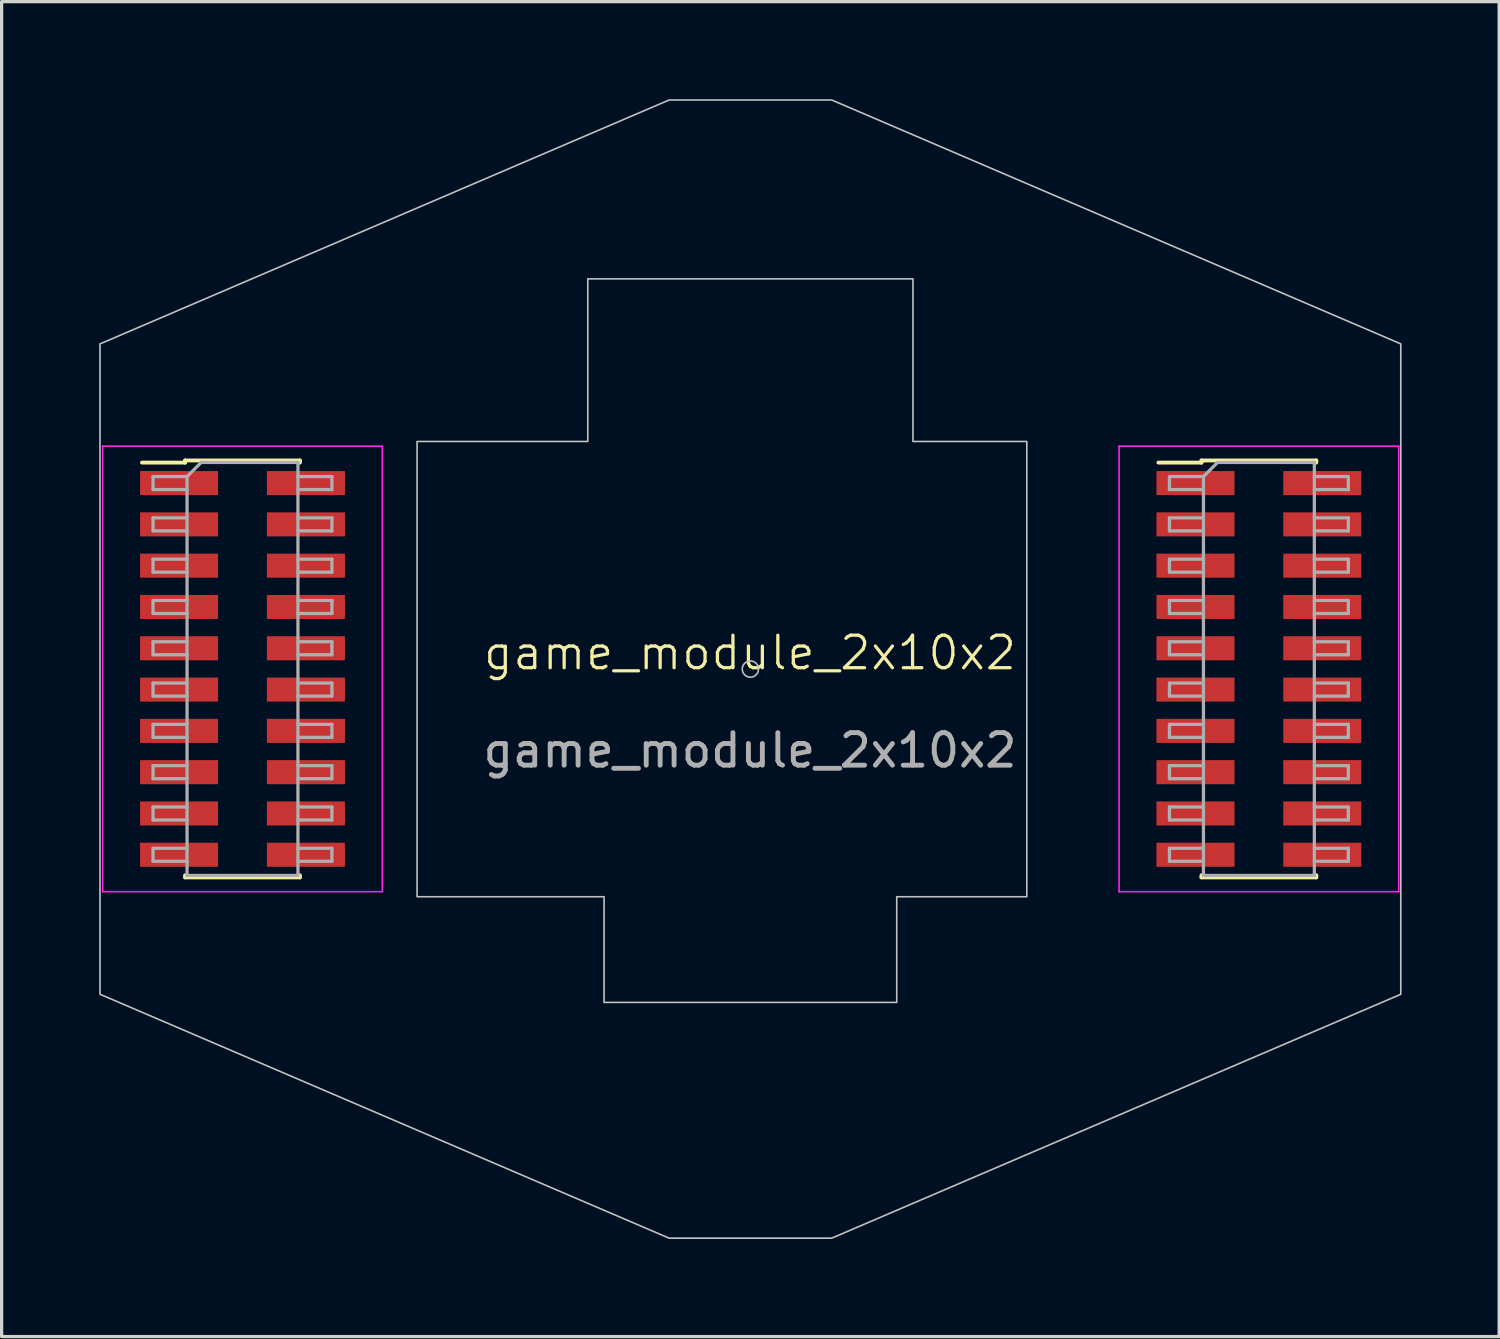
<source format=kicad_pcb>
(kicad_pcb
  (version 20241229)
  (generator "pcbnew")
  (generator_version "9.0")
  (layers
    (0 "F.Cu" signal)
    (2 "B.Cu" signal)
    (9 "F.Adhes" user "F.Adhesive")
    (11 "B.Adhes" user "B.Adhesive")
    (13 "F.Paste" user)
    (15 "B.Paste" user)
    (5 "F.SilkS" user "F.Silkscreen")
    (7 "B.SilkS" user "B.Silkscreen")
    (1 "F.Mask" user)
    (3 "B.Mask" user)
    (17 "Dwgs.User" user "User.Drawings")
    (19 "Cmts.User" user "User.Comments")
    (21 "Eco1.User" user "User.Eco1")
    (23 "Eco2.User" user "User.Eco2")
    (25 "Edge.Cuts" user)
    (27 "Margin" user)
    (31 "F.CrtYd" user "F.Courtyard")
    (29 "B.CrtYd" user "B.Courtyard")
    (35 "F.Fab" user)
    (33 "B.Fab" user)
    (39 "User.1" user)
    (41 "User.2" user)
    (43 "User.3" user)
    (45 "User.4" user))
  (footprint "game_module_2x10x2"
    (layer "F.Cu")
    (at 20.012 17.525)
    (property "Reference" "game_module_2x10x2" (at 0 -0.5 0) (unlocked yes) (layer "F.SilkS") (effects (font (size 1 1) (thickness 0.1))))
    (attr smd)
    (fp_line (start -18.695 -6.35) (end -17.37 -6.35) (stroke (width 0.12) (type solid)) (layer "F.SilkS"))
    (fp_line (start -17.37 -6.415) (end -17.37 -6.35) (stroke (width 0.12) (type solid)) (layer "F.SilkS"))
    (fp_line (start -17.37 -6.415) (end -13.84 -6.415) (stroke (width 0.12) (type solid)) (layer "F.SilkS"))
    (fp_line (start -17.37 6.34) (end -17.37 6.405) (stroke (width 0.12) (type solid)) (layer "F.SilkS"))
    (fp_line (start -17.37 6.405) (end -13.84 6.405) (stroke (width 0.12) (type solid)) (layer "F.SilkS"))
    (fp_line (start -13.84 -6.415) (end -13.84 -6.35) (stroke (width 0.12) (type solid)) (layer "F.SilkS"))
    (fp_line (start -13.84 6.34) (end -13.84 6.405) (stroke (width 0.12) (type solid)) (layer "F.SilkS"))
    (fp_line (start 12.56 -6.35) (end 13.885 -6.35) (stroke (width 0.12) (type solid)) (layer "F.SilkS"))
    (fp_line (start 13.885 -6.415) (end 13.885 -6.35) (stroke (width 0.12) (type solid)) (layer "F.SilkS"))
    (fp_line (start 13.885 -6.415) (end 17.415 -6.415) (stroke (width 0.12) (type solid)) (layer "F.SilkS"))
    (fp_line (start 13.885 6.34) (end 13.885 6.405) (stroke (width 0.12) (type solid)) (layer "F.SilkS"))
    (fp_line (start 13.885 6.405) (end 17.415 6.405) (stroke (width 0.12) (type solid)) (layer "F.SilkS"))
    (fp_line (start 17.415 -6.415) (end 17.415 -6.35) (stroke (width 0.12) (type solid)) (layer "F.SilkS"))
    (fp_line (start 17.415 6.34) (end 17.415 6.405) (stroke (width 0.12) (type solid)) (layer "F.SilkS"))
    (fp_circle (center 0.013 0) (end 0.263 0) (stroke (width 0.05) (type default)) (fill no) (layer "Dwgs.User"))
    (fp_poly (pts (xy -2.487 17.5) (xy 2.513 17.5) (xy 20.013 10) (xy 20.013 -10) (xy 2.513 -17.5) (xy -2.487 -17.5) (xy -19.987 -10) (xy -19.987 10)) (stroke (width 0.05) (type solid)) (fill no) (layer "Dwgs.User"))
    (fp_poly (pts (xy -4.987 -12) (xy 5.013 -12) (xy 5.013 -7) (xy 8.513 -7) (xy 8.513 7) (xy 4.513 7) (xy 4.513 10.25) (xy -4.487 10.25) (xy -4.487 7) (xy -10.237 7) (xy -10.237 -7) (xy -4.987 -7)) (stroke (width 0.05) (type solid)) (fill no) (layer "Dwgs.User"))
    (fp_line (start -19.905 -6.855) (end -19.905 6.845) (stroke (width 0.05) (type solid)) (layer "F.CrtYd"))
    (fp_line (start -19.905 6.845) (end -11.305 6.845) (stroke (width 0.05) (type solid)) (layer "F.CrtYd"))
    (fp_line (start -11.305 -6.855) (end -19.905 -6.855) (stroke (width 0.05) (type solid)) (layer "F.CrtYd"))
    (fp_line (start -11.305 6.845) (end -11.305 -6.855) (stroke (width 0.05) (type solid)) (layer "F.CrtYd"))
    (fp_line (start 11.35 -6.855) (end 11.35 6.845) (stroke (width 0.05) (type solid)) (layer "F.CrtYd"))
    (fp_line (start 11.35 6.845) (end 19.95 6.845) (stroke (width 0.05) (type solid)) (layer "F.CrtYd"))
    (fp_line (start 19.95 -6.855) (end 11.35 -6.855) (stroke (width 0.05) (type solid)) (layer "F.CrtYd"))
    (fp_line (start 19.95 6.845) (end 19.95 -6.855) (stroke (width 0.05) (type solid)) (layer "F.CrtYd"))
    (fp_line (start -18.355 -5.92) (end -18.355 -5.52) (stroke (width 0.1) (type solid)) (layer "F.Fab"))
    (fp_line (start -18.355 -5.52) (end -17.31 -5.52) (stroke (width 0.1) (type solid)) (layer "F.Fab"))
    (fp_line (start -18.355 -4.65) (end -18.355 -4.25) (stroke (width 0.1) (type solid)) (layer "F.Fab"))
    (fp_line (start -18.355 -4.25) (end -17.31 -4.25) (stroke (width 0.1) (type solid)) (layer "F.Fab"))
    (fp_line (start -18.355 -3.38) (end -18.355 -2.98) (stroke (width 0.1) (type solid)) (layer "F.Fab"))
    (fp_line (start -18.355 -2.98) (end -17.31 -2.98) (stroke (width 0.1) (type solid)) (layer "F.Fab"))
    (fp_line (start -18.355 -2.11) (end -18.355 -1.71) (stroke (width 0.1) (type solid)) (layer "F.Fab"))
    (fp_line (start -18.355 -1.71) (end -17.31 -1.71) (stroke (width 0.1) (type solid)) (layer "F.Fab"))
    (fp_line (start -18.355 -0.84) (end -18.355 -0.44) (stroke (width 0.1) (type solid)) (layer "F.Fab"))
    (fp_line (start -18.355 -0.44) (end -17.31 -0.44) (stroke (width 0.1) (type solid)) (layer "F.Fab"))
    (fp_line (start -18.355 0.43) (end -18.355 0.83) (stroke (width 0.1) (type solid)) (layer "F.Fab"))
    (fp_line (start -18.355 0.83) (end -17.31 0.83) (stroke (width 0.1) (type solid)) (layer "F.Fab"))
    (fp_line (start -18.355 1.7) (end -18.355 2.1) (stroke (width 0.1) (type solid)) (layer "F.Fab"))
    (fp_line (start -18.355 2.1) (end -17.31 2.1) (stroke (width 0.1) (type solid)) (layer "F.Fab"))
    (fp_line (start -18.355 2.97) (end -18.355 3.37) (stroke (width 0.1) (type solid)) (layer "F.Fab"))
    (fp_line (start -18.355 3.37) (end -17.31 3.37) (stroke (width 0.1) (type solid)) (layer "F.Fab"))
    (fp_line (start -18.355 4.24) (end -18.355 4.64) (stroke (width 0.1) (type solid)) (layer "F.Fab"))
    (fp_line (start -18.355 4.64) (end -17.31 4.64) (stroke (width 0.1) (type solid)) (layer "F.Fab"))
    (fp_line (start -18.355 5.51) (end -18.355 5.91) (stroke (width 0.1) (type solid)) (layer "F.Fab"))
    (fp_line (start -18.355 5.91) (end -17.31 5.91) (stroke (width 0.1) (type solid)) (layer "F.Fab"))
    (fp_line (start -17.31 -5.92) (end -18.355 -5.92) (stroke (width 0.1) (type solid)) (layer "F.Fab"))
    (fp_line (start -17.31 -5.92) (end -16.875 -6.355) (stroke (width 0.1) (type solid)) (layer "F.Fab"))
    (fp_line (start -17.31 -4.65) (end -18.355 -4.65) (stroke (width 0.1) (type solid)) (layer "F.Fab"))
    (fp_line (start -17.31 -3.38) (end -18.355 -3.38) (stroke (width 0.1) (type solid)) (layer "F.Fab"))
    (fp_line (start -17.31 -2.11) (end -18.355 -2.11) (stroke (width 0.1) (type solid)) (layer "F.Fab"))
    (fp_line (start -17.31 -0.84) (end -18.355 -0.84) (stroke (width 0.1) (type solid)) (layer "F.Fab"))
    (fp_line (start -17.31 0.43) (end -18.355 0.43) (stroke (width 0.1) (type solid)) (layer "F.Fab"))
    (fp_line (start -17.31 1.7) (end -18.355 1.7) (stroke (width 0.1) (type solid)) (layer "F.Fab"))
    (fp_line (start -17.31 2.97) (end -18.355 2.97) (stroke (width 0.1) (type solid)) (layer "F.Fab"))
    (fp_line (start -17.31 4.24) (end -18.355 4.24) (stroke (width 0.1) (type solid)) (layer "F.Fab"))
    (fp_line (start -17.31 5.51) (end -18.355 5.51) (stroke (width 0.1) (type solid)) (layer "F.Fab"))
    (fp_line (start -17.31 6.345) (end -17.31 -5.92) (stroke (width 0.1) (type solid)) (layer "F.Fab"))
    (fp_line (start -16.875 -6.355) (end -13.9 -6.355) (stroke (width 0.1) (type solid)) (layer "F.Fab"))
    (fp_line (start -13.9 -6.355) (end -13.9 6.345) (stroke (width 0.1) (type solid)) (layer "F.Fab"))
    (fp_line (start -13.9 -5.92) (end -12.855 -5.92) (stroke (width 0.1) (type solid)) (layer "F.Fab"))
    (fp_line (start -13.9 -4.65) (end -12.855 -4.65) (stroke (width 0.1) (type solid)) (layer "F.Fab"))
    (fp_line (start -13.9 -3.38) (end -12.855 -3.38) (stroke (width 0.1) (type solid)) (layer "F.Fab"))
    (fp_line (start -13.9 -2.11) (end -12.855 -2.11) (stroke (width 0.1) (type solid)) (layer "F.Fab"))
    (fp_line (start -13.9 -0.84) (end -12.855 -0.84) (stroke (width 0.1) (type solid)) (layer "F.Fab"))
    (fp_line (start -13.9 0.43) (end -12.855 0.43) (stroke (width 0.1) (type solid)) (layer "F.Fab"))
    (fp_line (start -13.9 1.7) (end -12.855 1.7) (stroke (width 0.1) (type solid)) (layer "F.Fab"))
    (fp_line (start -13.9 2.97) (end -12.855 2.97) (stroke (width 0.1) (type solid)) (layer "F.Fab"))
    (fp_line (start -13.9 4.24) (end -12.855 4.24) (stroke (width 0.1) (type solid)) (layer "F.Fab"))
    (fp_line (start -13.9 5.51) (end -12.855 5.51) (stroke (width 0.1) (type solid)) (layer "F.Fab"))
    (fp_line (start -13.9 6.345) (end -17.31 6.345) (stroke (width 0.1) (type solid)) (layer "F.Fab"))
    (fp_line (start -12.855 -5.92) (end -12.855 -5.52) (stroke (width 0.1) (type solid)) (layer "F.Fab"))
    (fp_line (start -12.855 -5.52) (end -13.9 -5.52) (stroke (width 0.1) (type solid)) (layer "F.Fab"))
    (fp_line (start -12.855 -4.65) (end -12.855 -4.25) (stroke (width 0.1) (type solid)) (layer "F.Fab"))
    (fp_line (start -12.855 -4.25) (end -13.9 -4.25) (stroke (width 0.1) (type solid)) (layer "F.Fab"))
    (fp_line (start -12.855 -3.38) (end -12.855 -2.98) (stroke (width 0.1) (type solid)) (layer "F.Fab"))
    (fp_line (start -12.855 -2.98) (end -13.9 -2.98) (stroke (width 0.1) (type solid)) (layer "F.Fab"))
    (fp_line (start -12.855 -2.11) (end -12.855 -1.71) (stroke (width 0.1) (type solid)) (layer "F.Fab"))
    (fp_line (start -12.855 -1.71) (end -13.9 -1.71) (stroke (width 0.1) (type solid)) (layer "F.Fab"))
    (fp_line (start -12.855 -0.84) (end -12.855 -0.44) (stroke (width 0.1) (type solid)) (layer "F.Fab"))
    (fp_line (start -12.855 -0.44) (end -13.9 -0.44) (stroke (width 0.1) (type solid)) (layer "F.Fab"))
    (fp_line (start -12.855 0.43) (end -12.855 0.83) (stroke (width 0.1) (type solid)) (layer "F.Fab"))
    (fp_line (start -12.855 0.83) (end -13.9 0.83) (stroke (width 0.1) (type solid)) (layer "F.Fab"))
    (fp_line (start -12.855 1.7) (end -12.855 2.1) (stroke (width 0.1) (type solid)) (layer "F.Fab"))
    (fp_line (start -12.855 2.1) (end -13.9 2.1) (stroke (width 0.1) (type solid)) (layer "F.Fab"))
    (fp_line (start -12.855 2.97) (end -12.855 3.37) (stroke (width 0.1) (type solid)) (layer "F.Fab"))
    (fp_line (start -12.855 3.37) (end -13.9 3.37) (stroke (width 0.1) (type solid)) (layer "F.Fab"))
    (fp_line (start -12.855 4.24) (end -12.855 4.64) (stroke (width 0.1) (type solid)) (layer "F.Fab"))
    (fp_line (start -12.855 4.64) (end -13.9 4.64) (stroke (width 0.1) (type solid)) (layer "F.Fab"))
    (fp_line (start -12.855 5.51) (end -12.855 5.91) (stroke (width 0.1) (type solid)) (layer "F.Fab"))
    (fp_line (start -12.855 5.91) (end -13.9 5.91) (stroke (width 0.1) (type solid)) (layer "F.Fab"))
    (fp_line (start 12.9 -5.92) (end 12.9 -5.52) (stroke (width 0.1) (type solid)) (layer "F.Fab"))
    (fp_line (start 12.9 -5.52) (end 13.945 -5.52) (stroke (width 0.1) (type solid)) (layer "F.Fab"))
    (fp_line (start 12.9 -4.65) (end 12.9 -4.25) (stroke (width 0.1) (type solid)) (layer "F.Fab"))
    (fp_line (start 12.9 -4.25) (end 13.945 -4.25) (stroke (width 0.1) (type solid)) (layer "F.Fab"))
    (fp_line (start 12.9 -3.38) (end 12.9 -2.98) (stroke (width 0.1) (type solid)) (layer "F.Fab"))
    (fp_line (start 12.9 -2.98) (end 13.945 -2.98) (stroke (width 0.1) (type solid)) (layer "F.Fab"))
    (fp_line (start 12.9 -2.11) (end 12.9 -1.71) (stroke (width 0.1) (type solid)) (layer "F.Fab"))
    (fp_line (start 12.9 -1.71) (end 13.945 -1.71) (stroke (width 0.1) (type solid)) (layer "F.Fab"))
    (fp_line (start 12.9 -0.84) (end 12.9 -0.44) (stroke (width 0.1) (type solid)) (layer "F.Fab"))
    (fp_line (start 12.9 -0.44) (end 13.945 -0.44) (stroke (width 0.1) (type solid)) (layer "F.Fab"))
    (fp_line (start 12.9 0.43) (end 12.9 0.83) (stroke (width 0.1) (type solid)) (layer "F.Fab"))
    (fp_line (start 12.9 0.83) (end 13.945 0.83) (stroke (width 0.1) (type solid)) (layer "F.Fab"))
    (fp_line (start 12.9 1.7) (end 12.9 2.1) (stroke (width 0.1) (type solid)) (layer "F.Fab"))
    (fp_line (start 12.9 2.1) (end 13.945 2.1) (stroke (width 0.1) (type solid)) (layer "F.Fab"))
    (fp_line (start 12.9 2.97) (end 12.9 3.37) (stroke (width 0.1) (type solid)) (layer "F.Fab"))
    (fp_line (start 12.9 3.37) (end 13.945 3.37) (stroke (width 0.1) (type solid)) (layer "F.Fab"))
    (fp_line (start 12.9 4.24) (end 12.9 4.64) (stroke (width 0.1) (type solid)) (layer "F.Fab"))
    (fp_line (start 12.9 4.64) (end 13.945 4.64) (stroke (width 0.1) (type solid)) (layer "F.Fab"))
    (fp_line (start 12.9 5.51) (end 12.9 5.91) (stroke (width 0.1) (type solid)) (layer "F.Fab"))
    (fp_line (start 12.9 5.91) (end 13.945 5.91) (stroke (width 0.1) (type solid)) (layer "F.Fab"))
    (fp_line (start 13.945 -5.92) (end 12.9 -5.92) (stroke (width 0.1) (type solid)) (layer "F.Fab"))
    (fp_line (start 13.945 -5.92) (end 14.38 -6.355) (stroke (width 0.1) (type solid)) (layer "F.Fab"))
    (fp_line (start 13.945 -4.65) (end 12.9 -4.65) (stroke (width 0.1) (type solid)) (layer "F.Fab"))
    (fp_line (start 13.945 -3.38) (end 12.9 -3.38) (stroke (width 0.1) (type solid)) (layer "F.Fab"))
    (fp_line (start 13.945 -2.11) (end 12.9 -2.11) (stroke (width 0.1) (type solid)) (layer "F.Fab"))
    (fp_line (start 13.945 -0.84) (end 12.9 -0.84) (stroke (width 0.1) (type solid)) (layer "F.Fab"))
    (fp_line (start 13.945 0.43) (end 12.9 0.43) (stroke (width 0.1) (type solid)) (layer "F.Fab"))
    (fp_line (start 13.945 1.7) (end 12.9 1.7) (stroke (width 0.1) (type solid)) (layer "F.Fab"))
    (fp_line (start 13.945 2.97) (end 12.9 2.97) (stroke (width 0.1) (type solid)) (layer "F.Fab"))
    (fp_line (start 13.945 4.24) (end 12.9 4.24) (stroke (width 0.1) (type solid)) (layer "F.Fab"))
    (fp_line (start 13.945 5.51) (end 12.9 5.51) (stroke (width 0.1) (type solid)) (layer "F.Fab"))
    (fp_line (start 13.945 6.345) (end 13.945 -5.92) (stroke (width 0.1) (type solid)) (layer "F.Fab"))
    (fp_line (start 14.38 -6.355) (end 17.355 -6.355) (stroke (width 0.1) (type solid)) (layer "F.Fab"))
    (fp_line (start 17.355 -6.355) (end 17.355 6.345) (stroke (width 0.1) (type solid)) (layer "F.Fab"))
    (fp_line (start 17.355 -5.92) (end 18.4 -5.92) (stroke (width 0.1) (type solid)) (layer "F.Fab"))
    (fp_line (start 17.355 -4.65) (end 18.4 -4.65) (stroke (width 0.1) (type solid)) (layer "F.Fab"))
    (fp_line (start 17.355 -3.38) (end 18.4 -3.38) (stroke (width 0.1) (type solid)) (layer "F.Fab"))
    (fp_line (start 17.355 -2.11) (end 18.4 -2.11) (stroke (width 0.1) (type solid)) (layer "F.Fab"))
    (fp_line (start 17.355 -0.84) (end 18.4 -0.84) (stroke (width 0.1) (type solid)) (layer "F.Fab"))
    (fp_line (start 17.355 0.43) (end 18.4 0.43) (stroke (width 0.1) (type solid)) (layer "F.Fab"))
    (fp_line (start 17.355 1.7) (end 18.4 1.7) (stroke (width 0.1) (type solid)) (layer "F.Fab"))
    (fp_line (start 17.355 2.97) (end 18.4 2.97) (stroke (width 0.1) (type solid)) (layer "F.Fab"))
    (fp_line (start 17.355 4.24) (end 18.4 4.24) (stroke (width 0.1) (type solid)) (layer "F.Fab"))
    (fp_line (start 17.355 5.51) (end 18.4 5.51) (stroke (width 0.1) (type solid)) (layer "F.Fab"))
    (fp_line (start 17.355 6.345) (end 13.945 6.345) (stroke (width 0.1) (type solid)) (layer "F.Fab"))
    (fp_line (start 18.4 -5.92) (end 18.4 -5.52) (stroke (width 0.1) (type solid)) (layer "F.Fab"))
    (fp_line (start 18.4 -5.52) (end 17.355 -5.52) (stroke (width 0.1) (type solid)) (layer "F.Fab"))
    (fp_line (start 18.4 -4.65) (end 18.4 -4.25) (stroke (width 0.1) (type solid)) (layer "F.Fab"))
    (fp_line (start 18.4 -4.25) (end 17.355 -4.25) (stroke (width 0.1) (type solid)) (layer "F.Fab"))
    (fp_line (start 18.4 -3.38) (end 18.4 -2.98) (stroke (width 0.1) (type solid)) (layer "F.Fab"))
    (fp_line (start 18.4 -2.98) (end 17.355 -2.98) (stroke (width 0.1) (type solid)) (layer "F.Fab"))
    (fp_line (start 18.4 -2.11) (end 18.4 -1.71) (stroke (width 0.1) (type solid)) (layer "F.Fab"))
    (fp_line (start 18.4 -1.71) (end 17.355 -1.71) (stroke (width 0.1) (type solid)) (layer "F.Fab"))
    (fp_line (start 18.4 -0.84) (end 18.4 -0.44) (stroke (width 0.1) (type solid)) (layer "F.Fab"))
    (fp_line (start 18.4 -0.44) (end 17.355 -0.44) (stroke (width 0.1) (type solid)) (layer "F.Fab"))
    (fp_line (start 18.4 0.43) (end 18.4 0.83) (stroke (width 0.1) (type solid)) (layer "F.Fab"))
    (fp_line (start 18.4 0.83) (end 17.355 0.83) (stroke (width 0.1) (type solid)) (layer "F.Fab"))
    (fp_line (start 18.4 1.7) (end 18.4 2.1) (stroke (width 0.1) (type solid)) (layer "F.Fab"))
    (fp_line (start 18.4 2.1) (end 17.355 2.1) (stroke (width 0.1) (type solid)) (layer "F.Fab"))
    (fp_line (start 18.4 2.97) (end 18.4 3.37) (stroke (width 0.1) (type solid)) (layer "F.Fab"))
    (fp_line (start 18.4 3.37) (end 17.355 3.37) (stroke (width 0.1) (type solid)) (layer "F.Fab"))
    (fp_line (start 18.4 4.24) (end 18.4 4.64) (stroke (width 0.1) (type solid)) (layer "F.Fab"))
    (fp_line (start 18.4 4.64) (end 17.355 4.64) (stroke (width 0.1) (type solid)) (layer "F.Fab"))
    (fp_line (start 18.4 5.51) (end 18.4 5.91) (stroke (width 0.1) (type solid)) (layer "F.Fab"))
    (fp_line (start 18.4 5.91) (end 17.355 5.91) (stroke (width 0.1) (type solid)) (layer "F.Fab"))
    (fp_text user "${REFERENCE}" (at 0 2.5 0) (unlocked yes) (layer "F.Fab") (effects (font (size 1 1) (thickness 0.15))))
    (pad "1" smd rect (at -17.555 -5.72) (size 2.4 0.74) (layers "F.Cu" "F.Mask" "F.Paste"))
    (pad "2" smd rect (at -13.655 -5.72) (size 2.4 0.74) (layers "F.Cu" "F.Mask" "F.Paste"))
    (pad "3" smd rect (at -17.555 -4.45) (size 2.4 0.74) (layers "F.Cu" "F.Mask" "F.Paste"))
    (pad "4" smd rect (at -13.655 -4.45) (size 2.4 0.74) (layers "F.Cu" "F.Mask" "F.Paste"))
    (pad "5" smd rect (at -17.555 -3.18) (size 2.4 0.74) (layers "F.Cu" "F.Mask" "F.Paste"))
    (pad "6" smd rect (at -13.655 -3.18) (size 2.4 0.74) (layers "F.Cu" "F.Mask" "F.Paste"))
    (pad "7" smd rect (at -17.555 -1.91) (size 2.4 0.74) (layers "F.Cu" "F.Mask" "F.Paste"))
    (pad "8" smd rect (at -13.655 -1.91) (size 2.4 0.74) (layers "F.Cu" "F.Mask" "F.Paste"))
    (pad "9" smd rect (at -17.555 -0.64) (size 2.4 0.74) (layers "F.Cu" "F.Mask" "F.Paste"))
    (pad "10" smd rect (at -13.655 -0.64) (size 2.4 0.74) (layers "F.Cu" "F.Mask" "F.Paste"))
    (pad "11" smd rect (at -17.555 0.63) (size 2.4 0.74) (layers "F.Cu" "F.Mask" "F.Paste"))
    (pad "12" smd rect (at -13.655 0.63) (size 2.4 0.74) (layers "F.Cu" "F.Mask" "F.Paste"))
    (pad "13" smd rect (at -17.555 1.9) (size 2.4 0.74) (layers "F.Cu" "F.Mask" "F.Paste"))
    (pad "14" smd rect (at -13.655 1.9) (size 2.4 0.74) (layers "F.Cu" "F.Mask" "F.Paste"))
    (pad "15" smd rect (at -17.555 3.17) (size 2.4 0.74) (layers "F.Cu" "F.Mask" "F.Paste"))
    (pad "16" smd rect (at -13.655 3.17) (size 2.4 0.74) (layers "F.Cu" "F.Mask" "F.Paste"))
    (pad "17" smd rect (at -17.555 4.44) (size 2.4 0.74) (layers "F.Cu" "F.Mask" "F.Paste"))
    (pad "18" smd rect (at -13.655 4.44) (size 2.4 0.74) (layers "F.Cu" "F.Mask" "F.Paste"))
    (pad "19" smd rect (at -17.555 5.71) (size 2.4 0.74) (layers "F.Cu" "F.Mask" "F.Paste"))
    (pad "20" smd rect (at -13.655 5.71) (size 2.4 0.74) (layers "F.Cu" "F.Mask" "F.Paste"))
    (pad "21" smd rect (at 13.7 -5.72) (size 2.4 0.74) (layers "F.Cu" "F.Mask" "F.Paste"))
    (pad "22" smd rect (at 17.6 -5.72) (size 2.4 0.74) (layers "F.Cu" "F.Mask" "F.Paste"))
    (pad "23" smd rect (at 13.7 -4.45) (size 2.4 0.74) (layers "F.Cu" "F.Mask" "F.Paste"))
    (pad "24" smd rect (at 17.6 -4.45) (size 2.4 0.74) (layers "F.Cu" "F.Mask" "F.Paste"))
    (pad "25" smd rect (at 13.7 -3.18) (size 2.4 0.74) (layers "F.Cu" "F.Mask" "F.Paste"))
    (pad "26" smd rect (at 17.6 -3.18) (size 2.4 0.74) (layers "F.Cu" "F.Mask" "F.Paste"))
    (pad "27" smd rect (at 13.7 -1.91) (size 2.4 0.74) (layers "F.Cu" "F.Mask" "F.Paste"))
    (pad "28" smd rect (at 17.6 -1.91) (size 2.4 0.74) (layers "F.Cu" "F.Mask" "F.Paste"))
    (pad "29" smd rect (at 13.7 -0.64) (size 2.4 0.74) (layers "F.Cu" "F.Mask" "F.Paste"))
    (pad "30" smd rect (at 17.6 -0.64) (size 2.4 0.74) (layers "F.Cu" "F.Mask" "F.Paste"))
    (pad "31" smd rect (at 13.7 0.63) (size 2.4 0.74) (layers "F.Cu" "F.Mask" "F.Paste"))
    (pad "32" smd rect (at 17.6 0.63) (size 2.4 0.74) (layers "F.Cu" "F.Mask" "F.Paste"))
    (pad "33" smd rect (at 13.7 1.9) (size 2.4 0.74) (layers "F.Cu" "F.Mask" "F.Paste"))
    (pad "34" smd rect (at 17.6 1.9) (size 2.4 0.74) (layers "F.Cu" "F.Mask" "F.Paste"))
    (pad "35" smd rect (at 13.7 3.17) (size 2.4 0.74) (layers "F.Cu" "F.Mask" "F.Paste"))
    (pad "36" smd rect (at 17.6 3.17) (size 2.4 0.74) (layers "F.Cu" "F.Mask" "F.Paste"))
    (pad "37" smd rect (at 13.7 4.44) (size 2.4 0.74) (layers "F.Cu" "F.Mask" "F.Paste"))
    (pad "38" smd rect (at 17.6 4.44) (size 2.4 0.74) (layers "F.Cu" "F.Mask" "F.Paste"))
    (pad "39" smd rect (at 13.7 5.71) (size 2.4 0.74) (layers "F.Cu" "F.Mask" "F.Paste"))
    (pad "40" smd rect (at 17.6 5.71) (size 2.4 0.74) (layers "F.Cu" "F.Mask" "F.Paste")))
  (gr_rect
    (start -3 -3)
    (end 43.05 38.05)
    (stroke (width 0.1) (type default))
    (fill no)
    (layer "Edge.Cuts")))
</source>
